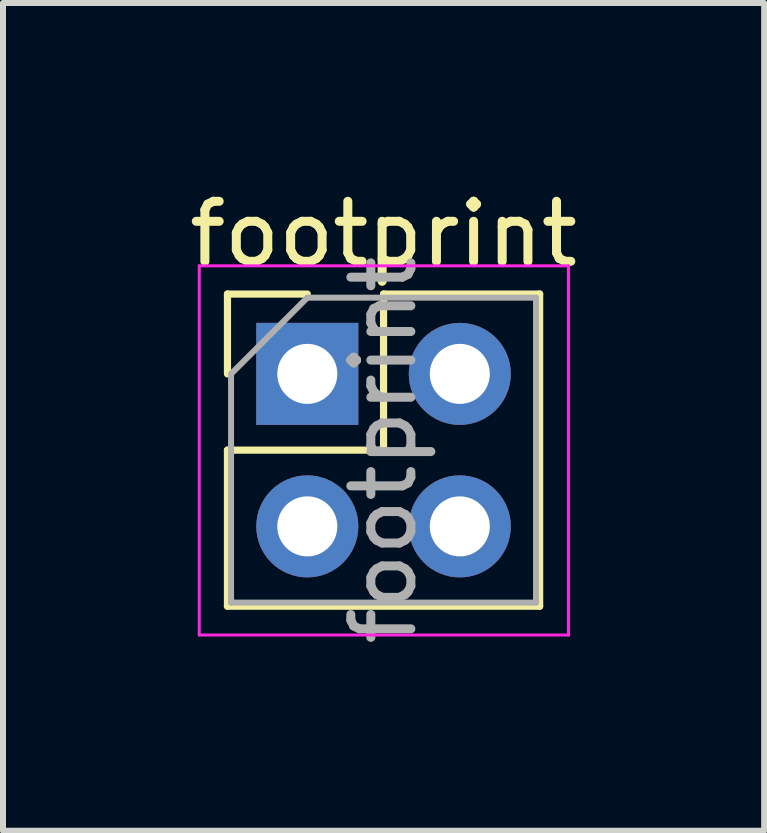
<source format=kicad_pcb>
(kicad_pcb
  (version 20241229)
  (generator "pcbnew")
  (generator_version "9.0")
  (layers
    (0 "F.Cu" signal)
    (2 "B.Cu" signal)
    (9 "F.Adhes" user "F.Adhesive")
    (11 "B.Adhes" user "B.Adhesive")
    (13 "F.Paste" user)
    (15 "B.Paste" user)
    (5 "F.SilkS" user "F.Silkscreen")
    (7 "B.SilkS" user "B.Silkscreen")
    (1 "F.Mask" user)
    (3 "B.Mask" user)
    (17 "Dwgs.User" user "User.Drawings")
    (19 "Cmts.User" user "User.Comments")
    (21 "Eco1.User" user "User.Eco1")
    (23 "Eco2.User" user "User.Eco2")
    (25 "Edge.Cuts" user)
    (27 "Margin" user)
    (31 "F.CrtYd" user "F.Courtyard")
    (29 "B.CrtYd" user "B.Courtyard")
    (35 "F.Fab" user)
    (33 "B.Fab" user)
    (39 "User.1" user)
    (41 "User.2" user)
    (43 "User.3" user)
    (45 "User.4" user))
  (footprint "footprint"
    (layer "F.Cu")
    (at 2.069 3.178)
    (property "Reference" "footprint" (at 1.27 -2.33 0) (layer "F.SilkS") (effects (font (size 1 1) (thickness 0.15))))
    (attr through_hole)
    (fp_line (start -1.33 -1.33) (end 0 -1.33) (stroke (width 0.12) (type solid)) (layer "F.SilkS"))
    (fp_line (start -1.33 0) (end -1.33 -1.33) (stroke (width 0.12) (type solid)) (layer "F.SilkS"))
    (fp_line (start -1.33 1.27) (end -1.33 3.87) (stroke (width 0.12) (type solid)) (layer "F.SilkS"))
    (fp_line (start -1.33 1.27) (end 1.27 1.27) (stroke (width 0.12) (type solid)) (layer "F.SilkS"))
    (fp_line (start -1.33 3.87) (end 3.87 3.87) (stroke (width 0.12) (type solid)) (layer "F.SilkS"))
    (fp_line (start 1.27 -1.33) (end 3.87 -1.33) (stroke (width 0.12) (type solid)) (layer "F.SilkS"))
    (fp_line (start 1.27 1.27) (end 1.27 -1.33) (stroke (width 0.12) (type solid)) (layer "F.SilkS"))
    (fp_line (start 3.87 -1.33) (end 3.87 3.87) (stroke (width 0.12) (type solid)) (layer "F.SilkS"))
    (fp_line (start -1.8 -1.8) (end -1.8 4.35) (stroke (width 0.05) (type solid)) (layer "F.CrtYd"))
    (fp_line (start -1.8 4.35) (end 4.35 4.35) (stroke (width 0.05) (type solid)) (layer "F.CrtYd"))
    (fp_line (start 4.35 -1.8) (end -1.8 -1.8) (stroke (width 0.05) (type solid)) (layer "F.CrtYd"))
    (fp_line (start 4.35 4.35) (end 4.35 -1.8) (stroke (width 0.05) (type solid)) (layer "F.CrtYd"))
    (fp_line (start -1.27 0) (end 0 -1.27) (stroke (width 0.1) (type solid)) (layer "F.Fab"))
    (fp_line (start -1.27 3.81) (end -1.27 0) (stroke (width 0.1) (type solid)) (layer "F.Fab"))
    (fp_line (start 0 -1.27) (end 3.81 -1.27) (stroke (width 0.1) (type solid)) (layer "F.Fab"))
    (fp_line (start 3.81 -1.27) (end 3.81 3.81) (stroke (width 0.1) (type solid)) (layer "F.Fab"))
    (fp_line (start 3.81 3.81) (end -1.27 3.81) (stroke (width 0.1) (type solid)) (layer "F.Fab"))
    (fp_text user "${REFERENCE}" (at 1.27 1.27 90) (layer "F.Fab") (effects (font (size 1 1) (thickness 0.15))))
    (pad "1" thru_hole rect (at 0 0) (size 1.7 1.7) (drill 1) (layers "*.Cu" "*.Mask"))
    (pad "2" thru_hole oval (at 2.54 0) (size 1.7 1.7) (drill 1) (layers "*.Cu" "*.Mask"))
    (pad "3" thru_hole oval (at 0 2.54) (size 1.7 1.7) (drill 1) (layers "*.Cu" "*.Mask"))
    (pad "4" thru_hole oval (at 2.54 2.54) (size 1.7 1.7) (drill 1) (layers "*.Cu" "*.Mask")))
  (gr_rect
    (start -3 -3)
    (end 9.679 10.788)
    (stroke (width 0.1) (type default))
    (fill no)
    (layer "Edge.Cuts")))
</source>
